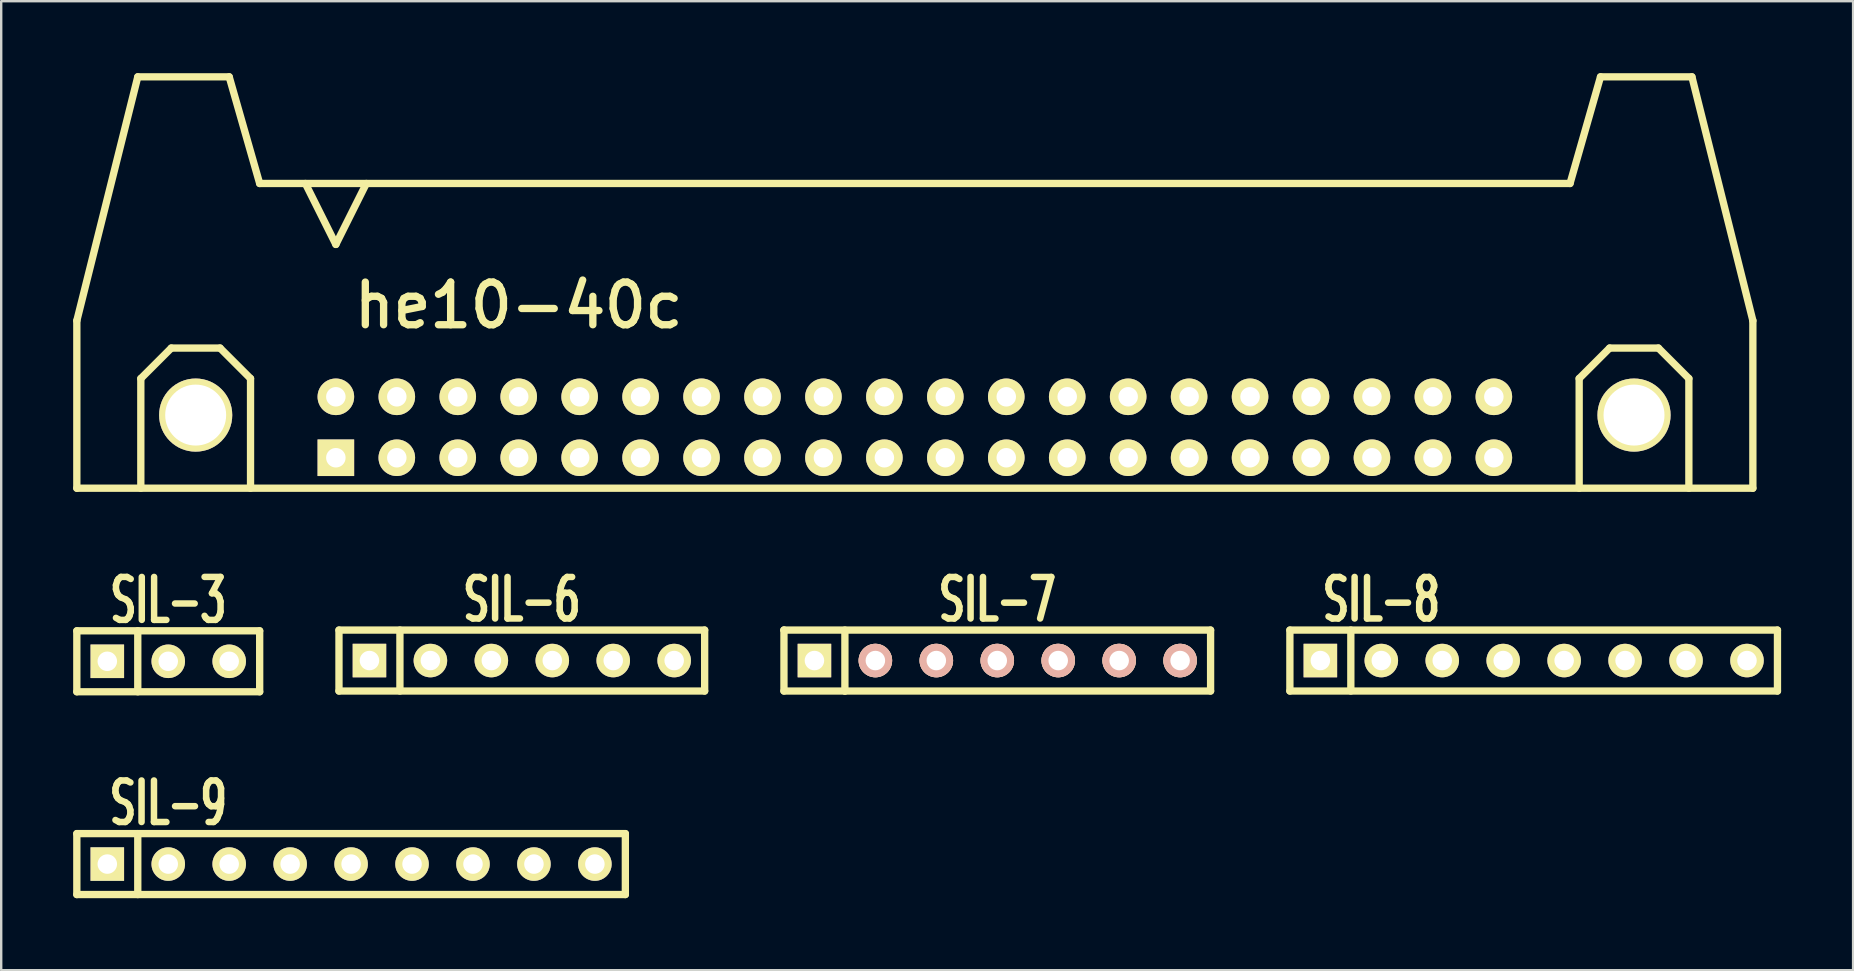
<source format=kicad_pcb>
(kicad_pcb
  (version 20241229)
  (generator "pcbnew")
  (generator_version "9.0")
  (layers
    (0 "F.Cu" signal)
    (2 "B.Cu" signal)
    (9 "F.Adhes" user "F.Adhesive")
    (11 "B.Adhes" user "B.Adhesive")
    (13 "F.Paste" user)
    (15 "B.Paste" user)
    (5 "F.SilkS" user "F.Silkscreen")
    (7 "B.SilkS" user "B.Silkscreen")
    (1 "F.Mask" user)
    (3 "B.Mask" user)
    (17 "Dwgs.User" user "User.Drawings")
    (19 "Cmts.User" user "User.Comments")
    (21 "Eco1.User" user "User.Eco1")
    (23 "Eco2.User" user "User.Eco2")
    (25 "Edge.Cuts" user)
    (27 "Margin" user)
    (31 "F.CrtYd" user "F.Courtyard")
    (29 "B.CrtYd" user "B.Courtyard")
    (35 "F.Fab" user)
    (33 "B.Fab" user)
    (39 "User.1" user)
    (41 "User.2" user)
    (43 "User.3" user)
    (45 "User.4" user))
  (footprint "he10-40c"
    (layer "F.Cu")
    (at 35.077 14.757)
    (property "Reference" "he10-40c" (at -16.51 -5.08 0) (layer "F.SilkS") (effects (font (size 1.778 1.778) (thickness 0.305))))
    (attr through_hole)
    (fp_line (start -34.925 -4.445) (end -34.925 2.54) (stroke (width 0.305) (type solid)) (layer "F.SilkS"))
    (fp_line (start -34.925 2.54) (end 34.925 2.54) (stroke (width 0.305) (type solid)) (layer "F.SilkS"))
    (fp_line (start -32.385 -14.605) (end -34.925 -4.445) (stroke (width 0.305) (type solid)) (layer "F.SilkS"))
    (fp_line (start -32.385 -14.605) (end -28.575 -14.605) (stroke (width 0.305) (type solid)) (layer "F.SilkS"))
    (fp_line (start -32.258 -2.032) (end -30.988 -3.302) (stroke (width 0.305) (type solid)) (layer "F.SilkS"))
    (fp_line (start -32.258 2.54) (end -32.258 -2.032) (stroke (width 0.305) (type solid)) (layer "F.SilkS"))
    (fp_line (start -30.988 -3.302) (end -28.956 -3.302) (stroke (width 0.305) (type solid)) (layer "F.SilkS"))
    (fp_line (start -28.956 -3.302) (end -27.686 -2.032) (stroke (width 0.305) (type solid)) (layer "F.SilkS"))
    (fp_line (start -28.575 -14.605) (end -27.305 -10.16) (stroke (width 0.305) (type solid)) (layer "F.SilkS"))
    (fp_line (start -27.686 -2.032) (end -27.686 2.54) (stroke (width 0.305) (type solid)) (layer "F.SilkS"))
    (fp_line (start -25.4 -10.16) (end -24.13 -7.62) (stroke (width 0.305) (type solid)) (layer "F.SilkS"))
    (fp_line (start -24.13 -7.62) (end -22.86 -10.16) (stroke (width 0.305) (type solid)) (layer "F.SilkS"))
    (fp_line (start 27.305 -10.16) (end -27.305 -10.16) (stroke (width 0.305) (type solid)) (layer "F.SilkS"))
    (fp_line (start 27.686 -2.032) (end 28.956 -3.302) (stroke (width 0.305) (type solid)) (layer "F.SilkS"))
    (fp_line (start 27.686 2.54) (end 27.686 -2.032) (stroke (width 0.305) (type solid)) (layer "F.SilkS"))
    (fp_line (start 28.575 -14.605) (end 27.305 -10.16) (stroke (width 0.305) (type solid)) (layer "F.SilkS"))
    (fp_line (start 28.956 -3.302) (end 30.988 -3.302) (stroke (width 0.305) (type solid)) (layer "F.SilkS"))
    (fp_line (start 30.988 -3.302) (end 32.258 -2.032) (stroke (width 0.305) (type solid)) (layer "F.SilkS"))
    (fp_line (start 32.258 -2.032) (end 32.258 2.54) (stroke (width 0.305) (type solid)) (layer "F.SilkS"))
    (fp_line (start 32.385 -14.605) (end 28.575 -14.605) (stroke (width 0.305) (type solid)) (layer "F.SilkS"))
    (fp_line (start 34.925 -4.445) (end 32.385 -14.605) (stroke (width 0.305) (type solid)) (layer "F.SilkS"))
    (fp_line (start 34.925 2.54) (end 34.925 -4.445) (stroke (width 0.305) (type solid)) (layer "F.SilkS"))
    (pad "0" thru_hole circle (at -29.972 -0.508) (size 3.048 3.048) (drill 2.54) (layers "*.Cu" "*.Mask" "F.SilkS"))
    (pad "0" thru_hole circle (at 29.972 -0.508) (size 3.048 3.048) (drill 2.54) (layers "*.Cu" "*.Mask" "F.SilkS"))
    (pad "1" thru_hole rect (at -24.13 1.27) (size 1.524 1.524) (drill 0.813) (layers "*.Cu" "*.Mask" "F.SilkS"))
    (pad "2" thru_hole circle (at -24.13 -1.27) (size 1.524 1.524) (drill 0.813) (layers "*.Cu" "*.Mask" "F.SilkS"))
    (pad "3" thru_hole circle (at -21.59 1.27) (size 1.524 1.524) (drill 0.813) (layers "*.Cu" "*.Mask" "F.SilkS"))
    (pad "4" thru_hole circle (at -21.59 -1.27) (size 1.524 1.524) (drill 0.813) (layers "*.Cu" "*.Mask" "F.SilkS"))
    (pad "5" thru_hole circle (at -19.05 1.27) (size 1.524 1.524) (drill 0.813) (layers "*.Cu" "*.Mask" "F.SilkS"))
    (pad "6" thru_hole circle (at -19.05 -1.27) (size 1.524 1.524) (drill 0.813) (layers "*.Cu" "*.Mask" "F.SilkS"))
    (pad "7" thru_hole circle (at -16.51 1.27) (size 1.524 1.524) (drill 0.813) (layers "*.Cu" "*.Mask" "F.SilkS"))
    (pad "8" thru_hole circle (at -16.51 -1.27) (size 1.524 1.524) (drill 0.813) (layers "*.Cu" "*.Mask" "F.SilkS"))
    (pad "9" thru_hole circle (at -13.97 1.27) (size 1.524 1.524) (drill 0.813) (layers "*.Cu" "*.Mask" "F.SilkS"))
    (pad "10" thru_hole circle (at -13.97 -1.27) (size 1.524 1.524) (drill 0.813) (layers "*.Cu" "*.Mask" "F.SilkS"))
    (pad "11" thru_hole circle (at -11.43 1.27) (size 1.524 1.524) (drill 0.813) (layers "*.Cu" "*.Mask" "F.SilkS"))
    (pad "12" thru_hole circle (at -11.43 -1.27) (size 1.524 1.524) (drill 0.813) (layers "*.Cu" "*.Mask" "F.SilkS"))
    (pad "13" thru_hole circle (at -8.89 1.27) (size 1.524 1.524) (drill 0.813) (layers "*.Cu" "*.Mask" "F.SilkS"))
    (pad "14" thru_hole circle (at -8.89 -1.27) (size 1.524 1.524) (drill 0.813) (layers "*.Cu" "*.Mask" "F.SilkS"))
    (pad "15" thru_hole circle (at -6.35 1.27) (size 1.524 1.524) (drill 0.813) (layers "*.Cu" "*.Mask" "F.SilkS"))
    (pad "16" thru_hole circle (at -6.35 -1.27) (size 1.524 1.524) (drill 0.813) (layers "*.Cu" "*.Mask" "F.SilkS"))
    (pad "17" thru_hole circle (at -3.81 1.27) (size 1.524 1.524) (drill 0.813) (layers "*.Cu" "*.Mask" "F.SilkS"))
    (pad "18" thru_hole circle (at -3.81 -1.27) (size 1.524 1.524) (drill 0.813) (layers "*.Cu" "*.Mask" "F.SilkS"))
    (pad "19" thru_hole circle (at -1.27 1.27) (size 1.524 1.524) (drill 0.813) (layers "*.Cu" "*.Mask" "F.SilkS"))
    (pad "20" thru_hole circle (at -1.27 -1.27) (size 1.524 1.524) (drill 0.813) (layers "*.Cu" "*.Mask" "F.SilkS"))
    (pad "21" thru_hole circle (at 1.27 1.27) (size 1.524 1.524) (drill 0.813) (layers "*.Cu" "*.Mask" "F.SilkS"))
    (pad "22" thru_hole circle (at 1.27 -1.27) (size 1.524 1.524) (drill 0.813) (layers "*.Cu" "*.Mask" "F.SilkS"))
    (pad "23" thru_hole circle (at 3.81 1.27) (size 1.524 1.524) (drill 0.813) (layers "*.Cu" "*.Mask" "F.SilkS"))
    (pad "24" thru_hole circle (at 3.81 -1.27) (size 1.524 1.524) (drill 0.813) (layers "*.Cu" "*.Mask" "F.SilkS"))
    (pad "25" thru_hole circle (at 6.35 1.27) (size 1.524 1.524) (drill 0.813) (layers "*.Cu" "*.Mask" "F.SilkS"))
    (pad "26" thru_hole circle (at 6.35 -1.27) (size 1.524 1.524) (drill 0.813) (layers "*.Cu" "*.Mask" "F.SilkS"))
    (pad "27" thru_hole circle (at 8.89 1.27) (size 1.524 1.524) (drill 0.813) (layers "*.Cu" "*.Mask" "F.SilkS"))
    (pad "28" thru_hole circle (at 8.89 -1.27) (size 1.524 1.524) (drill 0.813) (layers "*.Cu" "*.Mask" "F.SilkS"))
    (pad "29" thru_hole circle (at 11.43 1.27) (size 1.524 1.524) (drill 0.813) (layers "*.Cu" "*.Mask" "F.SilkS"))
    (pad "30" thru_hole circle (at 11.43 -1.27) (size 1.524 1.524) (drill 0.813) (layers "*.Cu" "*.Mask" "F.SilkS"))
    (pad "31" thru_hole circle (at 13.97 1.27) (size 1.524 1.524) (drill 0.813) (layers "*.Cu" "*.Mask" "F.SilkS"))
    (pad "32" thru_hole circle (at 13.97 -1.27) (size 1.524 1.524) (drill 0.813) (layers "*.Cu" "*.Mask" "F.SilkS"))
    (pad "33" thru_hole circle (at 16.51 1.27) (size 1.524 1.524) (drill 0.813) (layers "*.Cu" "*.Mask" "F.SilkS"))
    (pad "34" thru_hole circle (at 16.51 -1.27) (size 1.524 1.524) (drill 0.813) (layers "*.Cu" "*.Mask" "F.SilkS"))
    (pad "35" thru_hole circle (at 19.05 1.27) (size 1.524 1.524) (drill 0.813) (layers "*.Cu" "*.Mask" "F.SilkS"))
    (pad "36" thru_hole circle (at 19.05 -1.27) (size 1.524 1.524) (drill 0.813) (layers "*.Cu" "*.Mask" "F.SilkS"))
    (pad "37" thru_hole circle (at 21.59 1.27) (size 1.524 1.524) (drill 0.813) (layers "*.Cu" "*.Mask" "F.SilkS"))
    (pad "38" thru_hole circle (at 21.59 -1.27) (size 1.524 1.524) (drill 0.813) (layers "*.Cu" "*.Mask" "F.SilkS"))
    (pad "39" thru_hole circle (at 24.13 1.27) (size 1.524 1.524) (drill 0.813) (layers "*.Cu" "*.Mask" "F.SilkS"))
    (pad "40" thru_hole circle (at 24.13 -1.27) (size 1.524 1.524) (drill 0.813) (layers "*.Cu" "*.Mask" "F.SilkS")))
  (footprint "SIL-8"
    (layer "F.Cu")
    (at 60.867 24.479)
    (property "Reference" "SIL-8" (at -6.35 -2.54 0) (layer "F.SilkS") (effects (font (size 1.73 1.087) (thickness 0.305))))
    (attr through_hole)
    (fp_line (start -10.16 -1.27) (end 10.16 -1.27) (stroke (width 0.305) (type solid)) (layer "F.SilkS"))
    (fp_line (start -10.16 1.27) (end -10.16 -1.27) (stroke (width 0.305) (type solid)) (layer "F.SilkS"))
    (fp_line (start -7.62 1.27) (end -7.62 -1.27) (stroke (width 0.305) (type solid)) (layer "F.SilkS"))
    (fp_line (start 10.16 -1.27) (end 10.16 1.27) (stroke (width 0.305) (type solid)) (layer "F.SilkS"))
    (fp_line (start 10.16 1.27) (end -10.16 1.27) (stroke (width 0.305) (type solid)) (layer "F.SilkS"))
    (pad "1" thru_hole rect (at -8.89 0) (size 1.397 1.397) (drill 0.813) (layers "*.Cu" "*.Mask" "F.SilkS"))
    (pad "2" thru_hole circle (at -6.35 0) (size 1.397 1.397) (drill 0.813) (layers "*.Cu" "*.Mask" "F.SilkS"))
    (pad "3" thru_hole circle (at -3.81 0) (size 1.397 1.397) (drill 0.813) (layers "*.Cu" "*.Mask" "F.SilkS"))
    (pad "4" thru_hole circle (at -1.27 0) (size 1.397 1.397) (drill 0.813) (layers "*.Cu" "*.Mask" "F.SilkS"))
    (pad "5" thru_hole circle (at 1.27 0) (size 1.397 1.397) (drill 0.813) (layers "*.Cu" "*.Mask" "F.SilkS"))
    (pad "6" thru_hole circle (at 3.81 0) (size 1.397 1.397) (drill 0.813) (layers "*.Cu" "*.Mask" "F.SilkS"))
    (pad "7" thru_hole circle (at 6.35 0) (size 1.397 1.397) (drill 0.813) (layers "*.Cu" "*.Mask" "F.SilkS"))
    (pad "8" thru_hole circle (at 8.89 0) (size 1.397 1.397) (drill 0.813) (layers "*.Cu" "*.Mask" "F.SilkS")))
  (footprint "SIL-9"
    (layer "F.Cu")
    (at 11.582 32.961)
    (property "Reference" "SIL-9" (at -7.62 -2.54 0) (layer "F.SilkS") (effects (font (size 1.73 1.087) (thickness 0.305))))
    (attr through_hole)
    (fp_line (start -11.43 1.27) (end -11.43 -1.27) (stroke (width 0.305) (type solid)) (layer "F.SilkS"))
    (fp_line (start -8.89 -1.27) (end -8.89 1.27) (stroke (width 0.305) (type solid)) (layer "F.SilkS"))
    (fp_line (start 11.43 -1.27) (end -11.43 -1.27) (stroke (width 0.305) (type solid)) (layer "F.SilkS"))
    (fp_line (start 11.43 -1.27) (end 11.43 1.27) (stroke (width 0.305) (type solid)) (layer "F.SilkS"))
    (fp_line (start 11.43 1.27) (end -11.43 1.27) (stroke (width 0.305) (type solid)) (layer "F.SilkS"))
    (pad "1" thru_hole rect (at -10.16 0) (size 1.397 1.397) (drill 0.813) (layers "*.Cu" "*.Mask" "F.SilkS"))
    (pad "2" thru_hole circle (at -7.62 0) (size 1.397 1.397) (drill 0.813) (layers "*.Cu" "*.Mask" "F.SilkS"))
    (pad "3" thru_hole circle (at -5.08 0) (size 1.397 1.397) (drill 0.813) (layers "*.Cu" "*.Mask" "F.SilkS"))
    (pad "4" thru_hole circle (at -2.54 0) (size 1.397 1.397) (drill 0.813) (layers "*.Cu" "*.Mask" "F.SilkS"))
    (pad "5" thru_hole circle (at 0 0) (size 1.397 1.397) (drill 0.813) (layers "*.Cu" "*.Mask" "F.SilkS"))
    (pad "6" thru_hole circle (at 2.54 0) (size 1.397 1.397) (drill 0.813) (layers "*.Cu" "*.Mask" "F.SilkS"))
    (pad "7" thru_hole circle (at 5.08 0) (size 1.397 1.397) (drill 0.813) (layers "*.Cu" "*.Mask" "F.SilkS"))
    (pad "8" thru_hole circle (at 7.62 0) (size 1.397 1.397) (drill 0.813) (layers "*.Cu" "*.Mask" "F.SilkS"))
    (pad "9" thru_hole circle (at 10.16 0) (size 1.397 1.397) (drill 0.813) (layers "*.Cu" "*.Mask" "F.SilkS")))
  (footprint "SIL-7"
    (layer "F.Cu")
    (at 38.512 24.479)
    (property "Reference" "SIL-7" (at 0 -2.54 0) (layer "F.SilkS") (effects (font (size 1.73 1.087) (thickness 0.305))))
    (attr through_hole)
    (fp_line (start -8.89 -1.27) (end -8.89 -1.27) (stroke (width 0.305) (type solid)) (layer "F.SilkS"))
    (fp_line (start -8.89 -1.27) (end 8.89 -1.27) (stroke (width 0.305) (type solid)) (layer "F.SilkS"))
    (fp_line (start -8.89 1.27) (end -8.89 -1.27) (stroke (width 0.305) (type solid)) (layer "F.SilkS"))
    (fp_line (start -6.35 1.27) (end -6.35 -1.27) (stroke (width 0.305) (type solid)) (layer "F.SilkS"))
    (fp_line (start -6.35 1.27) (end -6.35 1.27) (stroke (width 0.305) (type solid)) (layer "F.SilkS"))
    (fp_line (start 8.89 -1.27) (end 8.89 1.27) (stroke (width 0.305) (type solid)) (layer "F.SilkS"))
    (fp_line (start 8.89 1.27) (end -8.89 1.27) (stroke (width 0.305) (type solid)) (layer "F.SilkS"))
    (pad "1" thru_hole rect (at -7.62 0) (size 1.397 1.397) (drill 0.813) (layers "*.Cu" "*.Mask" "F.SilkS"))
    (pad "2" thru_hole circle (at -5.08 0) (size 1.397 1.397) (drill 0.813) (layers "*.Cu" "*.SilkS" "*.Mask"))
    (pad "3" thru_hole circle (at -2.54 0) (size 1.397 1.397) (drill 0.813) (layers "*.Cu" "*.SilkS" "*.Mask"))
    (pad "4" thru_hole circle (at 0 0) (size 1.397 1.397) (drill 0.813) (layers "*.Cu" "*.SilkS" "*.Mask"))
    (pad "5" thru_hole circle (at 2.54 0) (size 1.397 1.397) (drill 0.813) (layers "*.Cu" "*.SilkS" "*.Mask"))
    (pad "6" thru_hole circle (at 5.08 0) (size 1.397 1.397) (drill 0.813) (layers "*.Cu" "*.SilkS" "*.Mask"))
    (pad "7" thru_hole circle (at 7.62 0) (size 1.397 1.397) (drill 0.813) (layers "*.Cu" "*.SilkS" "*.Mask")))
  (footprint "SIL-3"
    (layer "F.Cu")
    (at 3.962 24.51)
    (property "Reference" "SIL-3" (at 0 -2.54 0) (layer "F.SilkS") (effects (font (size 1.791 1.077) (thickness 0.305))))
    (attr through_hole)
    (fp_line (start -3.81 -1.27) (end 3.81 -1.27) (stroke (width 0.305) (type solid)) (layer "F.SilkS"))
    (fp_line (start -3.81 1.27) (end -3.81 -1.27) (stroke (width 0.305) (type solid)) (layer "F.SilkS"))
    (fp_line (start -1.27 -1.27) (end -1.27 1.27) (stroke (width 0.305) (type solid)) (layer "F.SilkS"))
    (fp_line (start 3.81 -1.27) (end 3.81 1.27) (stroke (width 0.305) (type solid)) (layer "F.SilkS"))
    (fp_line (start 3.81 1.27) (end -3.81 1.27) (stroke (width 0.305) (type solid)) (layer "F.SilkS"))
    (pad "1" thru_hole rect (at -2.54 0) (size 1.397 1.397) (drill 0.813) (layers "*.Cu" "*.Mask" "F.SilkS"))
    (pad "2" thru_hole circle (at 0 0) (size 1.397 1.397) (drill 0.813) (layers "*.Cu" "*.Mask" "F.SilkS"))
    (pad "3" thru_hole circle (at 2.54 0) (size 1.397 1.397) (drill 0.813) (layers "*.Cu" "*.Mask" "F.SilkS")))
  (footprint "SIL-6"
    (layer "F.Cu")
    (at 18.697 24.479)
    (property "Reference" "SIL-6" (at 0 -2.54 0) (layer "F.SilkS") (effects (font (size 1.73 1.087) (thickness 0.305))))
    (attr through_hole)
    (fp_line (start -7.62 -1.27) (end 7.62 -1.27) (stroke (width 0.305) (type solid)) (layer "F.SilkS"))
    (fp_line (start -7.62 1.27) (end -7.62 -1.27) (stroke (width 0.305) (type solid)) (layer "F.SilkS"))
    (fp_line (start -5.08 1.27) (end -5.08 -1.27) (stroke (width 0.305) (type solid)) (layer "F.SilkS"))
    (fp_line (start 7.62 -1.27) (end 7.62 1.27) (stroke (width 0.305) (type solid)) (layer "F.SilkS"))
    (fp_line (start 7.62 1.27) (end -7.62 1.27) (stroke (width 0.305) (type solid)) (layer "F.SilkS"))
    (pad "1" thru_hole rect (at -6.35 0) (size 1.397 1.397) (drill 0.813) (layers "*.Cu" "*.Mask" "F.SilkS"))
    (pad "2" thru_hole circle (at -3.81 0) (size 1.397 1.397) (drill 0.813) (layers "*.Cu" "*.Mask" "F.SilkS"))
    (pad "3" thru_hole circle (at -1.27 0) (size 1.397 1.397) (drill 0.813) (layers "*.Cu" "*.Mask" "F.SilkS"))
    (pad "4" thru_hole circle (at 1.27 0) (size 1.397 1.397) (drill 0.813) (layers "*.Cu" "*.Mask" "F.SilkS"))
    (pad "5" thru_hole circle (at 3.81 0) (size 1.397 1.397) (drill 0.813) (layers "*.Cu" "*.Mask" "F.SilkS"))
    (pad "6" thru_hole circle (at 6.35 0) (size 1.397 1.397) (drill 0.813) (layers "*.Cu" "*.Mask" "F.SilkS")))
  (gr_rect
    (start -3 -3)
    (end 74.179 37.384)
    (stroke (width 0.1) (type default))
    (fill no)
    (layer "Edge.Cuts")))
</source>
